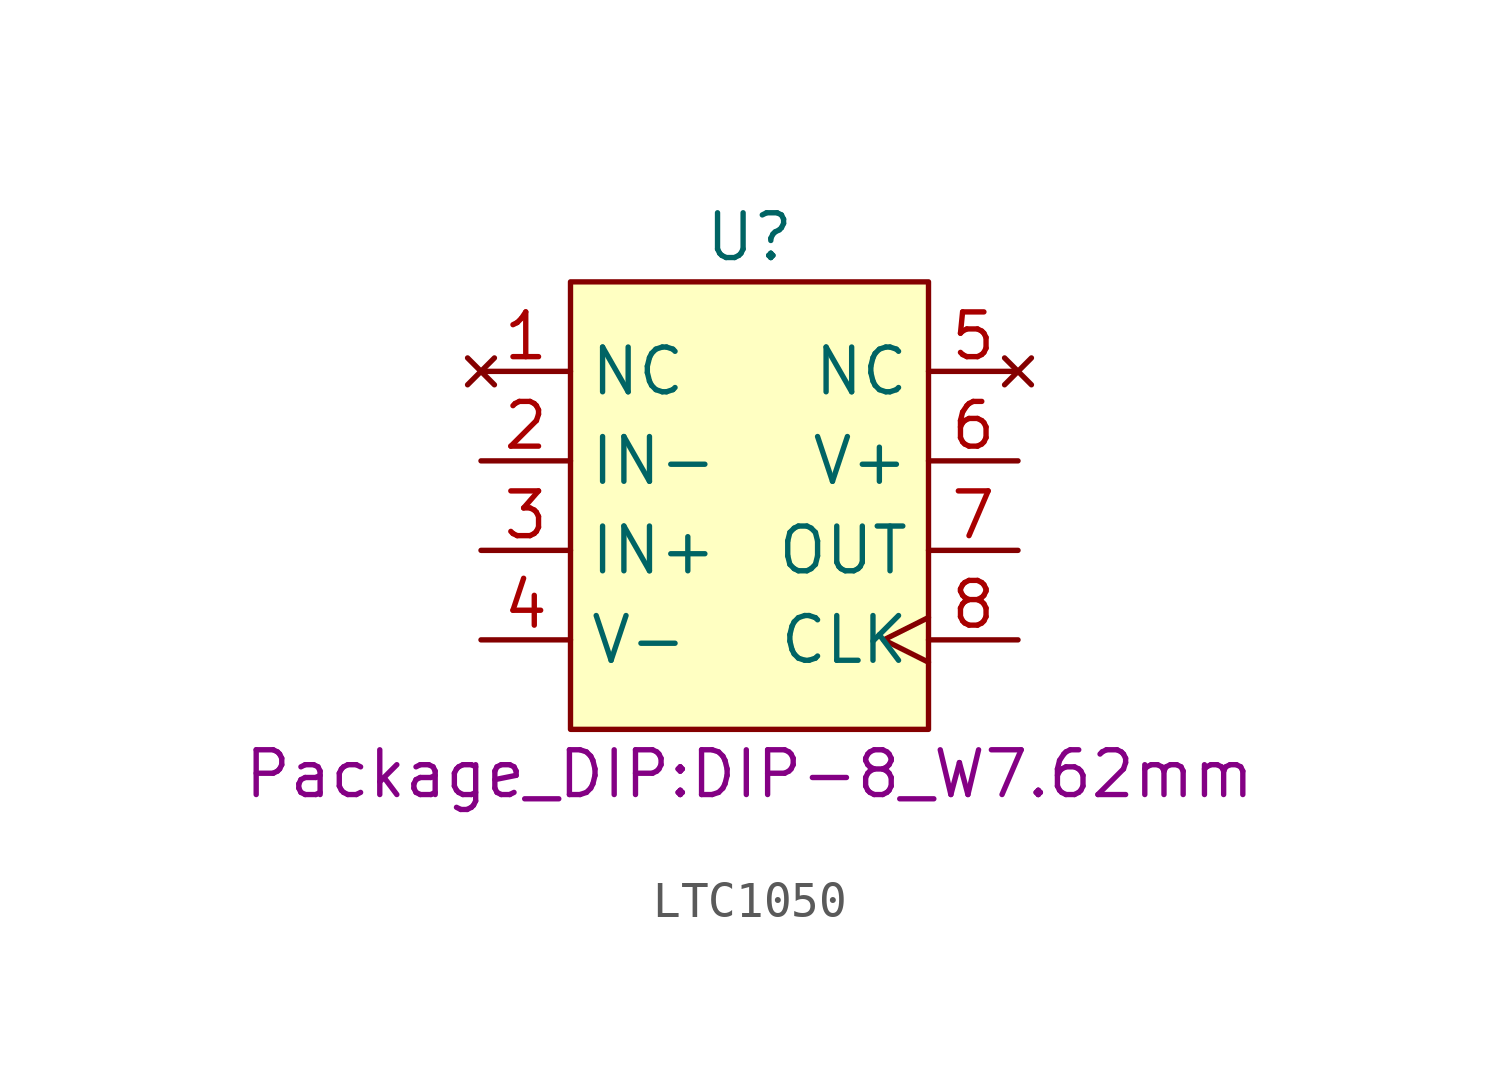
<source format=kicad_sym>
(kicad_symbol_lib
  (version 20220914)
  (generator kicad_symbol_editor)
  (symbol "LTC1050"
    (property "Reference" "U"
      (at 5.08 1.27 0)
      (effects (font (size 1.27 1.27))))
    (property "Value" ""
      (at 0 0 0)
      (effects (font (size 1.27 1.27))))
    (property "Footprint" "Package_DIP:DIP-8_W7.62mm"
      (at 5.08 -13.97 0)
      (effects (font (size 1.27 1.27))))
    (symbol "LTC1050_1_1"
      (rectangle (start 0 0) (end 10.16 -12.7) (stroke (width 0) (type default)) (fill (type background)))
      (pin no_connect line (at -2.54 -2.54 0) (length 2.54) (name "NC" (effects (font (size 1.27 1.27)))) (number "1" (effects (font (size 1.27 1.27)))))
      (pin input line (at -2.54 -5.08 0) (length 2.54) (name "IN-" (effects (font (size 1.27 1.27)))) (number "2" (effects (font (size 1.27 1.27)))))
      (pin input line (at -2.54 -7.62 0) (length 2.54) (name "IN+" (effects (font (size 1.27 1.27)))) (number "3" (effects (font (size 1.27 1.27)))))
      (pin power_in line (at -2.54 -10.16 0) (length 2.54) (name "V-" (effects (font (size 1.27 1.27)))) (number "4" (effects (font (size 1.27 1.27)))))
      (pin no_connect line (at 12.7 -2.54 180) (length 2.54) (name "NC" (effects (font (size 1.27 1.27)))) (number "5" (effects (font (size 1.27 1.27)))))
      (pin power_in line (at 12.7 -5.08 180) (length 2.54) (name "V+" (effects (font (size 1.27 1.27)))) (number "6" (effects (font (size 1.27 1.27)))))
      (pin power_in line (at 12.7 -7.62 180) (length 2.54) (name "OUT" (effects (font (size 1.27 1.27)))) (number "7" (effects (font (size 1.27 1.27)))))
      (pin input clock (at 12.7 -10.16 180) (length 2.54) (name "CLK" (effects (font (size 1.27 1.27)))) (number "8" (effects (font (size 1.27 1.27))))))))
</source>
